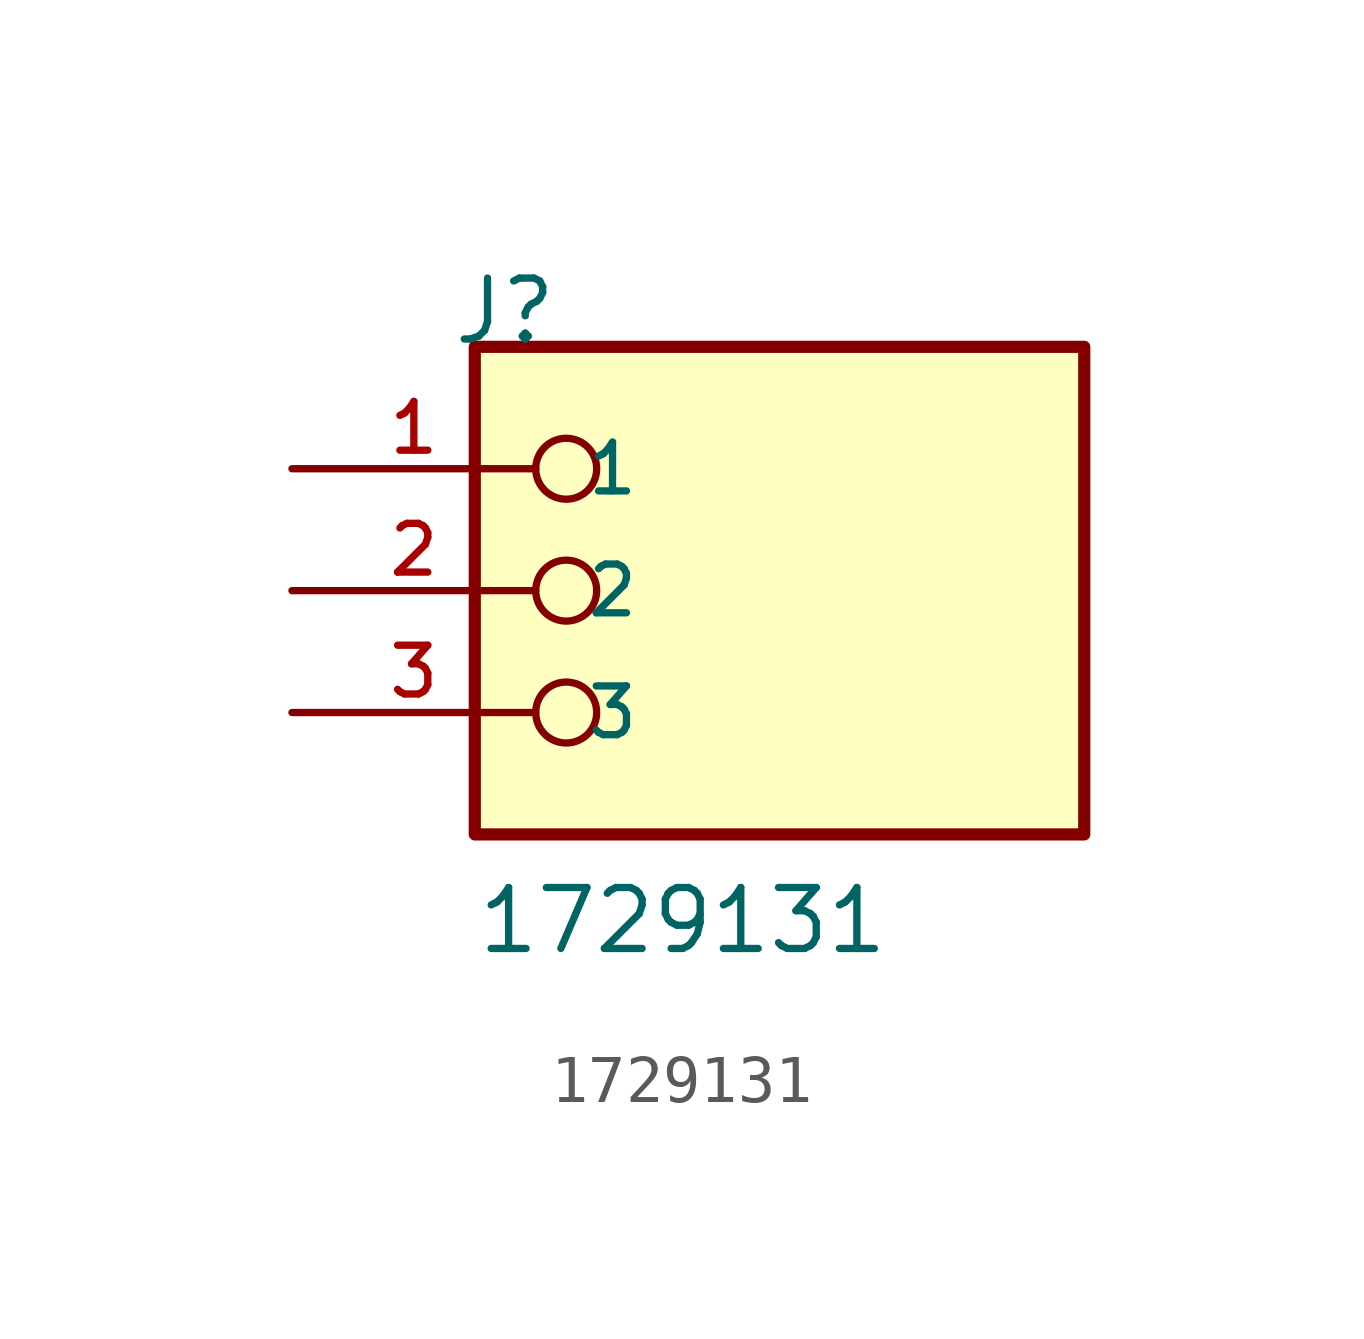
<source format=kicad_sym>
(kicad_symbol_lib
  (version 20211014)
  (generator kicad_symbol_editor)
  (symbol "1729131"
    (pin_names
      (offset 1.016))
    (property "Reference" "J"
      (at -6.85 5.08 0)
      (effects (font (size 1.27 1.27)) (justify bottom left)))
    (property "Value" "1729131"
      (at -6.35 -7.62 0)
      (effects (font (size 1.27 1.27)) (justify bottom left)))
    (symbol "1729131_0_0"
      (circle (center -4.445 2.54) (radius 0.635) (stroke (width 0.152)) (fill (type none)))
      (circle (center -4.445 0.0) (radius 0.635) (stroke (width 0.152)) (fill (type none)))
      (circle (center -4.445 -2.54) (radius 0.635) (stroke (width 0.152)) (fill (type none)))
      (rectangle (start -6.35 -5.08) (end 6.35 5.08) (stroke (width 0.254)) (fill (type background)))
      (pin passive line (at -10.16 2.54 0) (length 5.08) (name "1" (effects (font (size 1.016 1.016)))) (number "1" (effects (font (size 1.016 1.016)))))
      (pin passive line (at -10.16 0.0 0) (length 5.08) (name "2" (effects (font (size 1.016 1.016)))) (number "2" (effects (font (size 1.016 1.016)))))
      (pin passive line (at -10.16 -2.54 0) (length 5.08) (name "3" (effects (font (size 1.016 1.016)))) (number "3" (effects (font (size 1.016 1.016))))))))
</source>
